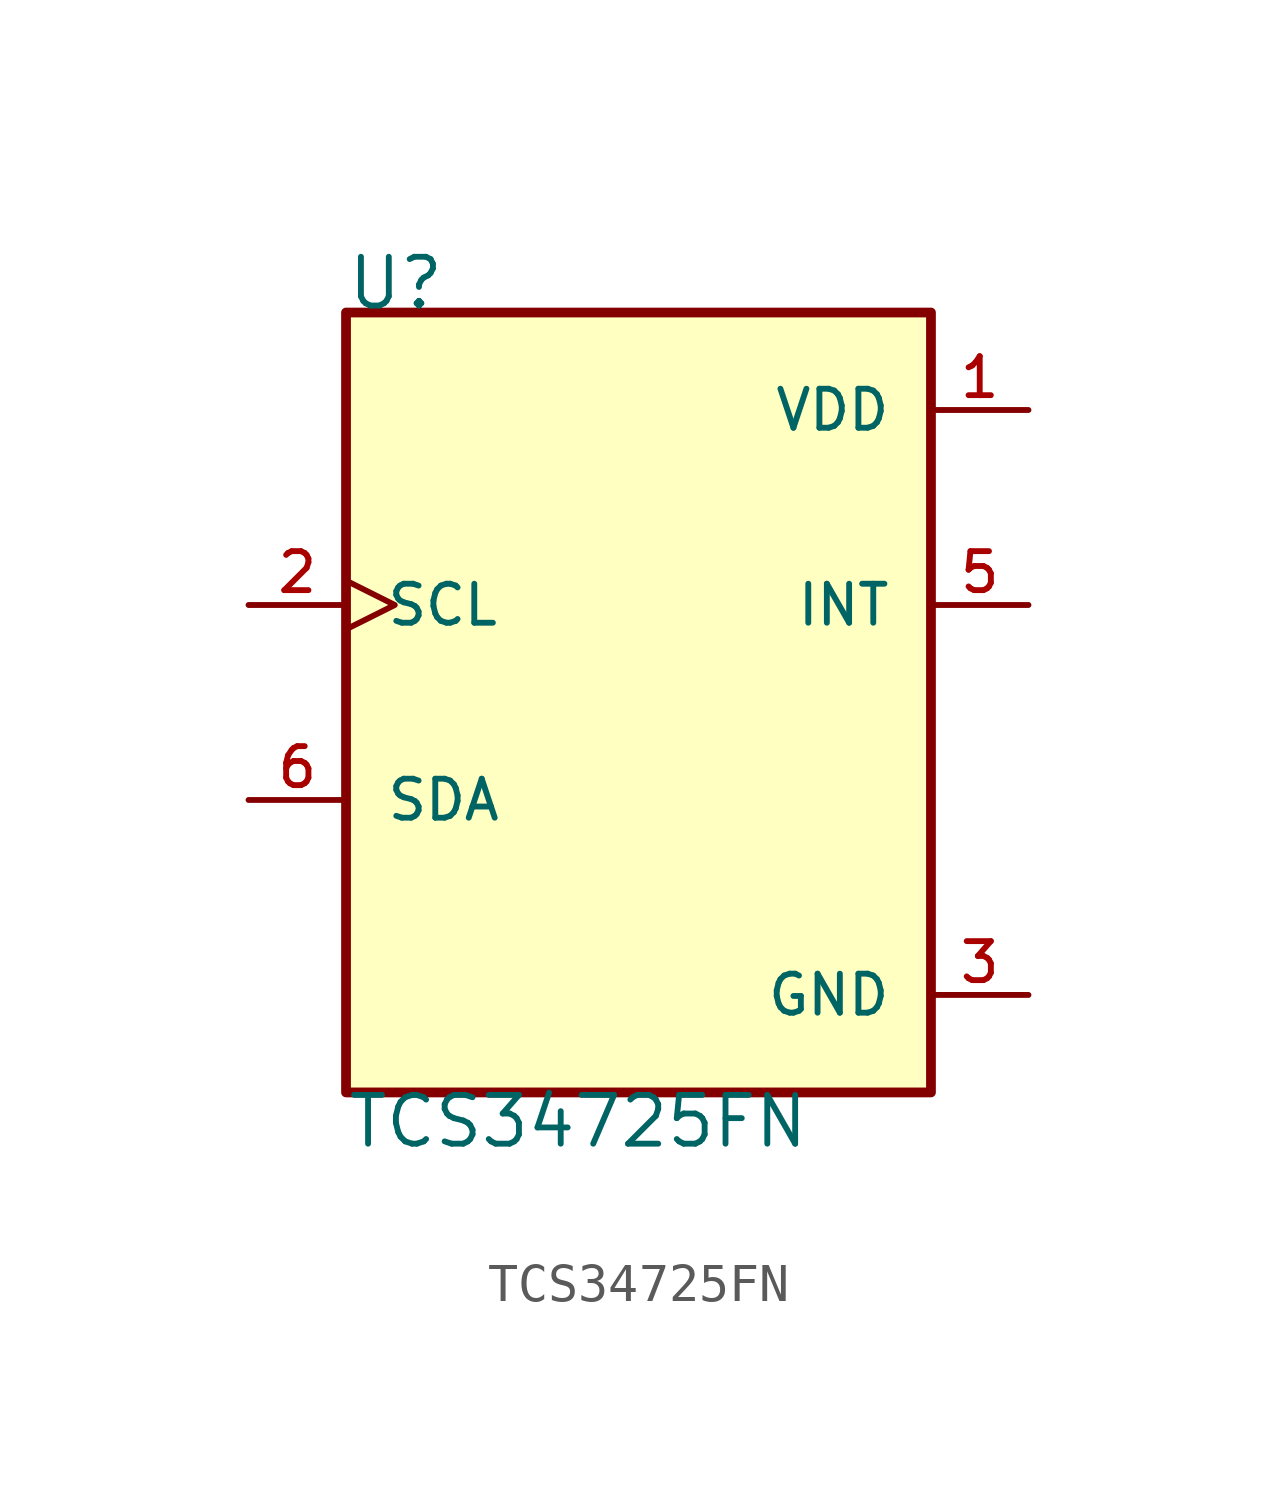
<source format=kicad_sym>
(kicad_symbol_lib
  (version 20211014)
  (generator kicad_symbol_editor)
  (symbol "TCS34725FN"
    (pin_names
      (offset 1.016))
    (property "Reference" "U"
      (at -7.634 10.179 0)
      (effects (font (size 1.27 1.27)) (justify bottom left)))
    (property "Value" "TCS34725FN"
      (at -7.63 -10.173 0)
      (effects (font (size 1.27 1.27)) (justify top left)))
    (symbol "TCS34725FN_0_0"
      (rectangle (start -7.62 -10.16) (end 7.62 10.16) (stroke (width 0.254)) (fill (type background)))
      (pin power_in line (at 10.16 7.62 180.0) (length 2.54) (name "VDD" (effects (font (size 1.016 1.016)))) (number "1" (effects (font (size 1.016 1.016)))))
      (pin power_in line (at 10.16 -7.62 180.0) (length 2.54) (name "GND" (effects (font (size 1.016 1.016)))) (number "3" (effects (font (size 1.016 1.016)))))
      (pin input clock (at -10.16 2.54 0) (length 2.54) (name "SCL" (effects (font (size 1.016 1.016)))) (number "2" (effects (font (size 1.016 1.016)))))
      (pin output line (at 10.16 2.54 180.0) (length 2.54) (name "INT" (effects (font (size 1.016 1.016)))) (number "5" (effects (font (size 1.016 1.016)))))
      (pin bidirectional line (at -10.16 -2.54 0) (length 2.54) (name "SDA" (effects (font (size 1.016 1.016)))) (number "6" (effects (font (size 1.016 1.016))))))))
</source>
